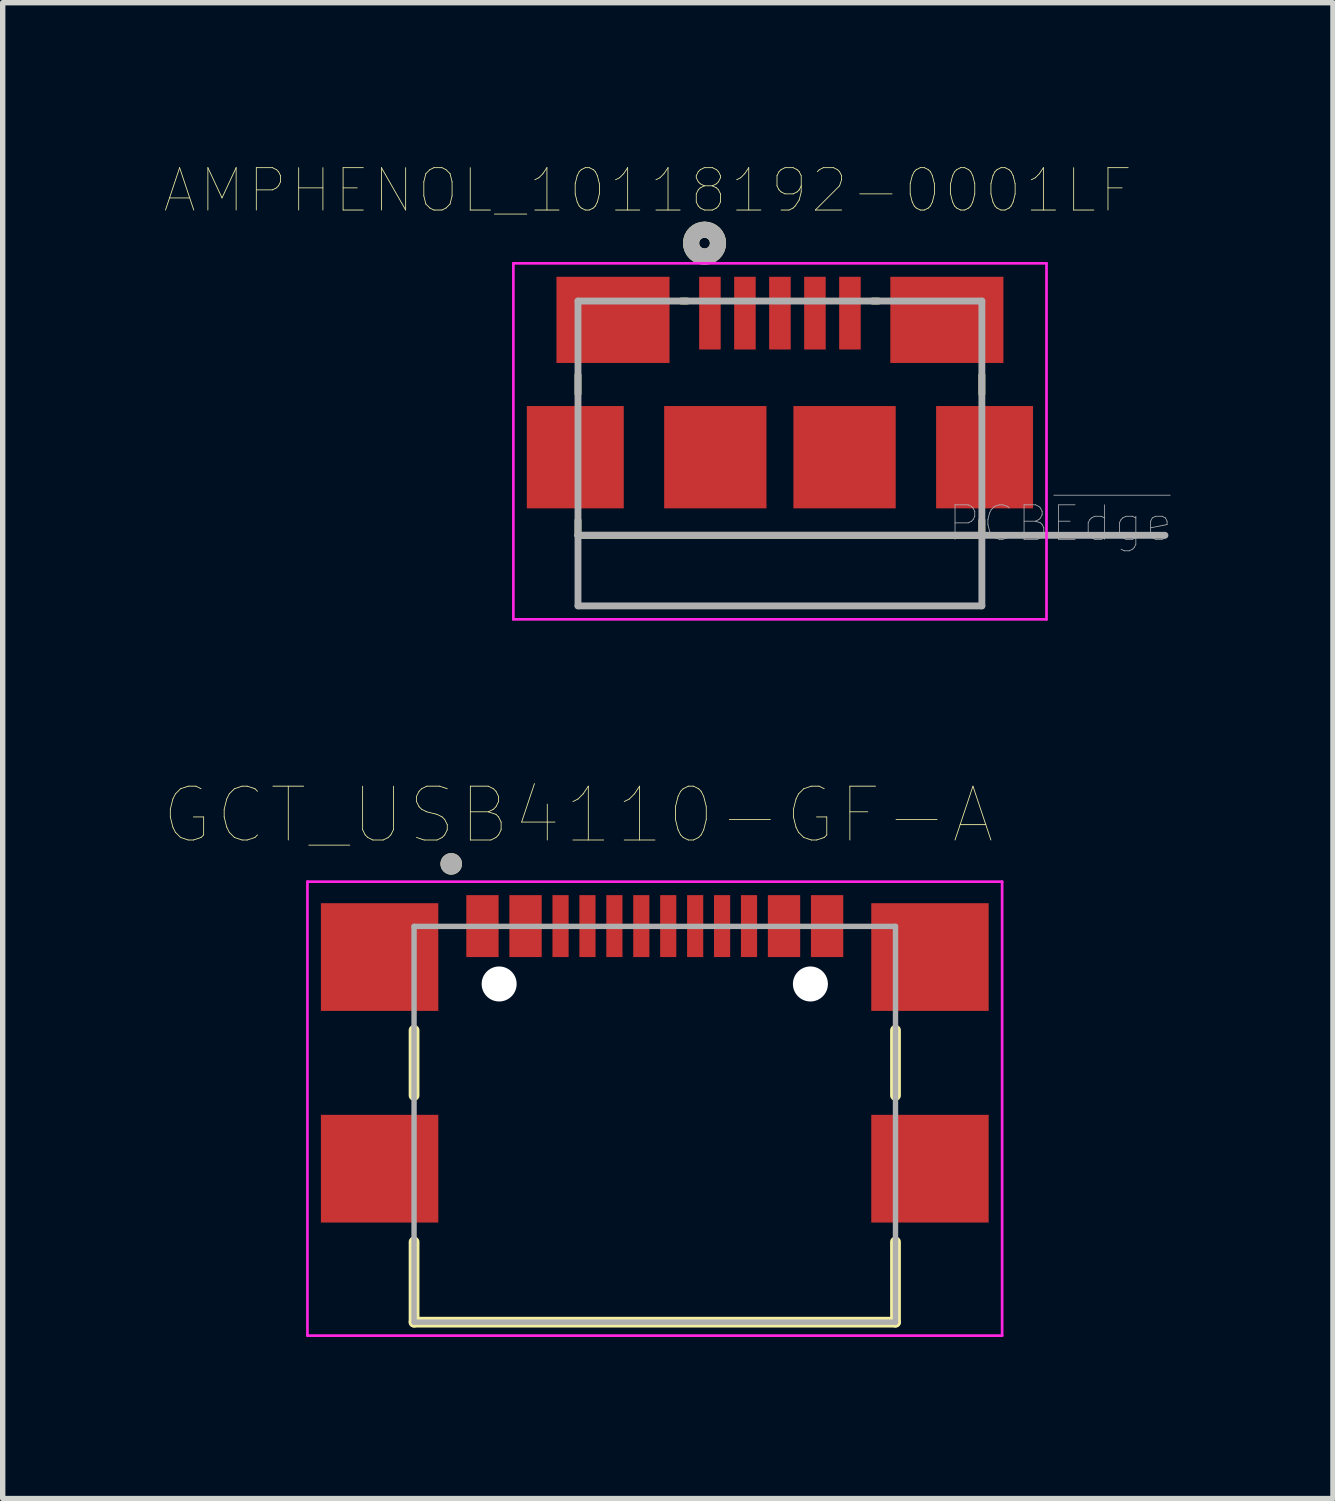
<source format=kicad_pcb>
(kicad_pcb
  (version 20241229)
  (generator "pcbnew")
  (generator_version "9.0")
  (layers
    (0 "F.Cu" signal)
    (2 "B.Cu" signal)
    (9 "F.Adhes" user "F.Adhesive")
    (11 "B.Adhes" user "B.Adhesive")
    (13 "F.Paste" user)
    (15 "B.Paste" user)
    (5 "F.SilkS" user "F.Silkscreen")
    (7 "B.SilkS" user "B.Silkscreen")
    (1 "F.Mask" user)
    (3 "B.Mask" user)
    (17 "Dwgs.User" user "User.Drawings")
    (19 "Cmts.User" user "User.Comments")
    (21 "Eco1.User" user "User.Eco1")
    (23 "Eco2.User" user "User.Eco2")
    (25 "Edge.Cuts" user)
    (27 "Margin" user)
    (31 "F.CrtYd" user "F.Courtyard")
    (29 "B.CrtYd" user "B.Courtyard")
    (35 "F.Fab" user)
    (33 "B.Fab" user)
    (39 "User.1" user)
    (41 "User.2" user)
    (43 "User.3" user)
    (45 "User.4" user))
  (footprint "AMPHENOL_10118192-0001LF"
    (layer "F.Cu")
    (at 11.433 2.765)
    (property "Reference" "AMPHENOL_10118192-0001LF" (at -2.453 -2.278 0) (layer "F.SilkS") (effects (font (size 0.787 0.787) (thickness 0.015))))
    (attr through_hole)
    (fp_line (start -3.75 1.15) (end -3.75 1.5) (stroke (width 0.127) (type solid)) (layer "F.SilkS"))
    (fp_line (start -3.75 3.85) (end -3.75 4.125) (stroke (width 0.127) (type solid)) (layer "F.SilkS"))
    (fp_line (start -3.75 4.125) (end 3.75 4.125) (stroke (width 0.127) (type solid)) (layer "F.SilkS"))
    (fp_line (start -1.83 -0.225) (end -1.72 -0.225) (stroke (width 0.127) (type solid)) (layer "F.SilkS"))
    (fp_line (start 1.72 -0.225) (end 1.83 -0.225) (stroke (width 0.127) (type solid)) (layer "F.SilkS"))
    (fp_line (start 3.75 1.15) (end 3.75 1.5) (stroke (width 0.127) (type solid)) (layer "F.SilkS"))
    (fp_line (start 3.75 4.125) (end 3.75 3.85) (stroke (width 0.127) (type solid)) (layer "F.SilkS"))
    (fp_circle (center -1.4 -1.3) (end -1.3 -1.3) (stroke (width 0.3) (type solid)) (fill no) (layer "F.SilkS"))
    (fp_line (start -4.95 -0.925) (end 4.95 -0.925) (stroke (width 0.05) (type solid)) (layer "F.CrtYd"))
    (fp_line (start -4.95 5.686) (end -4.95 -0.925) (stroke (width 0.05) (type solid)) (layer "F.CrtYd"))
    (fp_line (start 4.95 -0.925) (end 4.95 5.686) (stroke (width 0.05) (type solid)) (layer "F.CrtYd"))
    (fp_line (start 4.95 5.686) (end -4.95 5.686) (stroke (width 0.05) (type solid)) (layer "F.CrtYd"))
    (fp_line (start -3.75 -0.225) (end 3.75 -0.225) (stroke (width 0.127) (type solid)) (layer "F.Fab"))
    (fp_line (start -3.75 4.125) (end -3.75 -0.225) (stroke (width 0.127) (type solid)) (layer "F.Fab"))
    (fp_line (start -3.75 5.436) (end -3.75 4.125) (stroke (width 0.127) (type solid)) (layer "F.Fab"))
    (fp_line (start 3.75 -0.225) (end 3.75 4.125) (stroke (width 0.127) (type solid)) (layer "F.Fab"))
    (fp_line (start 3.75 4.125) (end -3.75 4.125) (stroke (width 0.127) (type solid)) (layer "F.Fab"))
    (fp_line (start 3.75 4.125) (end 3.75 5.436) (stroke (width 0.127) (type solid)) (layer "F.Fab"))
    (fp_line (start 3.75 4.125) (end 7.15 4.125) (stroke (width 0.127) (type solid)) (layer "F.Fab"))
    (fp_line (start 3.75 5.436) (end -3.75 5.436) (stroke (width 0.127) (type solid)) (layer "F.Fab"))
    (fp_circle (center -1.4 -1.3) (end -1.3 -1.3) (stroke (width 0.3) (type solid)) (fill no) (layer "F.Fab"))
    (fp_text user "PCB~{Edge}" (at 5.205 3.904 0) (layer "F.Fab") (effects (font (size 0.641 0.641) (thickness 0.015))))
    (pad "1" smd rect (at -1.3 0) (size 0.4 1.35) (layers "F.Cu" "F.Mask" "F.Paste"))
    (pad "2" smd rect (at -0.65 0) (size 0.4 1.35) (layers "F.Cu" "F.Mask" "F.Paste"))
    (pad "3" smd rect (at 0 0) (size 0.4 1.35) (layers "F.Cu" "F.Mask" "F.Paste"))
    (pad "4" smd rect (at 0.65 0) (size 0.4 1.35) (layers "F.Cu" "F.Mask" "F.Paste"))
    (pad "5" smd rect (at 1.3 0) (size 0.4 1.35) (layers "F.Cu" "F.Mask" "F.Paste"))
    (pad "SH1" smd rect (at -3.1 0.125) (size 2.1 1.6) (layers "F.Cu" "F.Mask" "F.Paste"))
    (pad "SH2" smd rect (at 3.1 0.125) (size 2.1 1.6) (layers "F.Cu" "F.Mask" "F.Paste"))
    (pad "SH3" smd rect (at -3.8 2.675) (size 1.8 1.9) (layers "F.Cu" "F.Mask" "F.Paste"))
    (pad "SH4" smd rect (at -1.2 2.675) (size 1.9 1.9) (layers "F.Cu" "F.Mask" "F.Paste"))
    (pad "SH5" smd rect (at 1.2 2.675) (size 1.9 1.9) (layers "F.Cu" "F.Mask" "F.Paste"))
    (pad "SH6" smd rect (at 3.8 2.675) (size 1.8 1.9) (layers "F.Cu" "F.Mask" "F.Paste")))
  (footprint "GCT_USB4110-GF-A"
    (layer "F.Cu")
    (at 9.109 15.222)
    (property "Reference" "GCT_USB4110-GF-A" (at -1.425 -3.135 0) (layer "F.SilkS") (effects (font (size 1 1) (thickness 0.015))))
    (attr through_hole)
    (fp_line (start -4.47 0.86) (end -4.47 2.07) (stroke (width 0.2) (type solid)) (layer "F.SilkS"))
    (fp_line (start -4.47 4.79) (end -4.47 6.28) (stroke (width 0.2) (type solid)) (layer "F.SilkS"))
    (fp_line (start -4.47 6.28) (end 4.47 6.28) (stroke (width 0.2) (type solid)) (layer "F.SilkS"))
    (fp_line (start 4.47 0.86) (end 4.47 2.07) (stroke (width 0.2) (type solid)) (layer "F.SilkS"))
    (fp_line (start 4.47 6.28) (end 4.47 4.79) (stroke (width 0.2) (type solid)) (layer "F.SilkS"))
    (fp_circle (center -3.78 -2.23) (end -3.68 -2.23) (stroke (width 0.2) (type solid)) (fill no) (layer "F.SilkS"))
    (fp_line (start -6.45 -1.9) (end 6.45 -1.9) (stroke (width 0.05) (type solid)) (layer "F.CrtYd"))
    (fp_line (start -6.45 6.53) (end -6.45 -1.9) (stroke (width 0.05) (type solid)) (layer "F.CrtYd"))
    (fp_line (start 6.45 -1.9) (end 6.45 6.53) (stroke (width 0.05) (type solid)) (layer "F.CrtYd"))
    (fp_line (start 6.45 6.53) (end -6.45 6.53) (stroke (width 0.05) (type solid)) (layer "F.CrtYd"))
    (fp_line (start -4.47 -1.07) (end -4.47 6.28) (stroke (width 0.1) (type solid)) (layer "F.Fab"))
    (fp_line (start -4.47 6.28) (end 4.47 6.28) (stroke (width 0.1) (type solid)) (layer "F.Fab"))
    (fp_line (start 4.47 -1.07) (end -4.47 -1.07) (stroke (width 0.1) (type solid)) (layer "F.Fab"))
    (fp_line (start 4.47 6.28) (end 4.47 -1.07) (stroke (width 0.1) (type solid)) (layer "F.Fab"))
    (fp_circle (center -3.78 -2.23) (end -3.68 -2.23) (stroke (width 0.2) (type solid)) (fill no) (layer "F.Fab"))
    (pad "" np_thru_hole circle (at -2.89 0) (size 0.65 0.65) (drill 0.65) (layers "*.Cu" "*.Mask"))
    (pad "" np_thru_hole circle (at 2.89 0) (size 0.65 0.65) (drill 0.65) (layers "*.Cu" "*.Mask"))
    (pad "A1/B12" smd rect (at -3.2 -1.075) (size 0.6 1.15) (layers "F.Cu" "F.Mask" "F.Paste"))
    (pad "A4/B9" smd rect (at -2.4 -1.075) (size 0.6 1.15) (layers "F.Cu" "F.Mask" "F.Paste"))
    (pad "A5" smd rect (at -1.25 -1.075) (size 0.3 1.15) (layers "F.Cu" "F.Mask" "F.Paste"))
    (pad "A6" smd rect (at -0.25 -1.075) (size 0.3 1.15) (layers "F.Cu" "F.Mask" "F.Paste"))
    (pad "A7" smd rect (at 0.25 -1.075) (size 0.3 1.15) (layers "F.Cu" "F.Mask" "F.Paste"))
    (pad "A8" smd rect (at 1.25 -1.075) (size 0.3 1.15) (layers "F.Cu" "F.Mask" "F.Paste"))
    (pad "B1/A12" smd rect (at 3.2 -1.075) (size 0.6 1.15) (layers "F.Cu" "F.Mask" "F.Paste"))
    (pad "B4/A9" smd rect (at 2.4 -1.075) (size 0.6 1.15) (layers "F.Cu" "F.Mask" "F.Paste"))
    (pad "B5" smd rect (at 1.75 -1.075) (size 0.3 1.15) (layers "F.Cu" "F.Mask" "F.Paste"))
    (pad "B6" smd rect (at 0.75 -1.075) (size 0.3 1.15) (layers "F.Cu" "F.Mask" "F.Paste"))
    (pad "B7" smd rect (at -0.75 -1.075) (size 0.3 1.15) (layers "F.Cu" "F.Mask" "F.Paste"))
    (pad "B8" smd rect (at -1.75 -1.075) (size 0.3 1.15) (layers "F.Cu" "F.Mask" "F.Paste"))
    (pad "S1" smd rect (at -5.11 -0.5) (size 2.18 2) (layers "F.Cu" "F.Mask" "F.Paste"))
    (pad "S2" smd rect (at 5.11 -0.5) (size 2.18 2) (layers "F.Cu" "F.Mask" "F.Paste"))
    (pad "S3" smd rect (at -5.11 3.43) (size 2.18 2) (layers "F.Cu" "F.Mask" "F.Paste"))
    (pad "S4" smd rect (at 5.11 3.43) (size 2.18 2) (layers "F.Cu" "F.Mask" "F.Paste")))
  (gr_rect
    (start -3 -3)
    (end 21.702 24.777)
    (stroke (width 0.1) (type default))
    (fill no)
    (layer "Edge.Cuts")))
</source>
